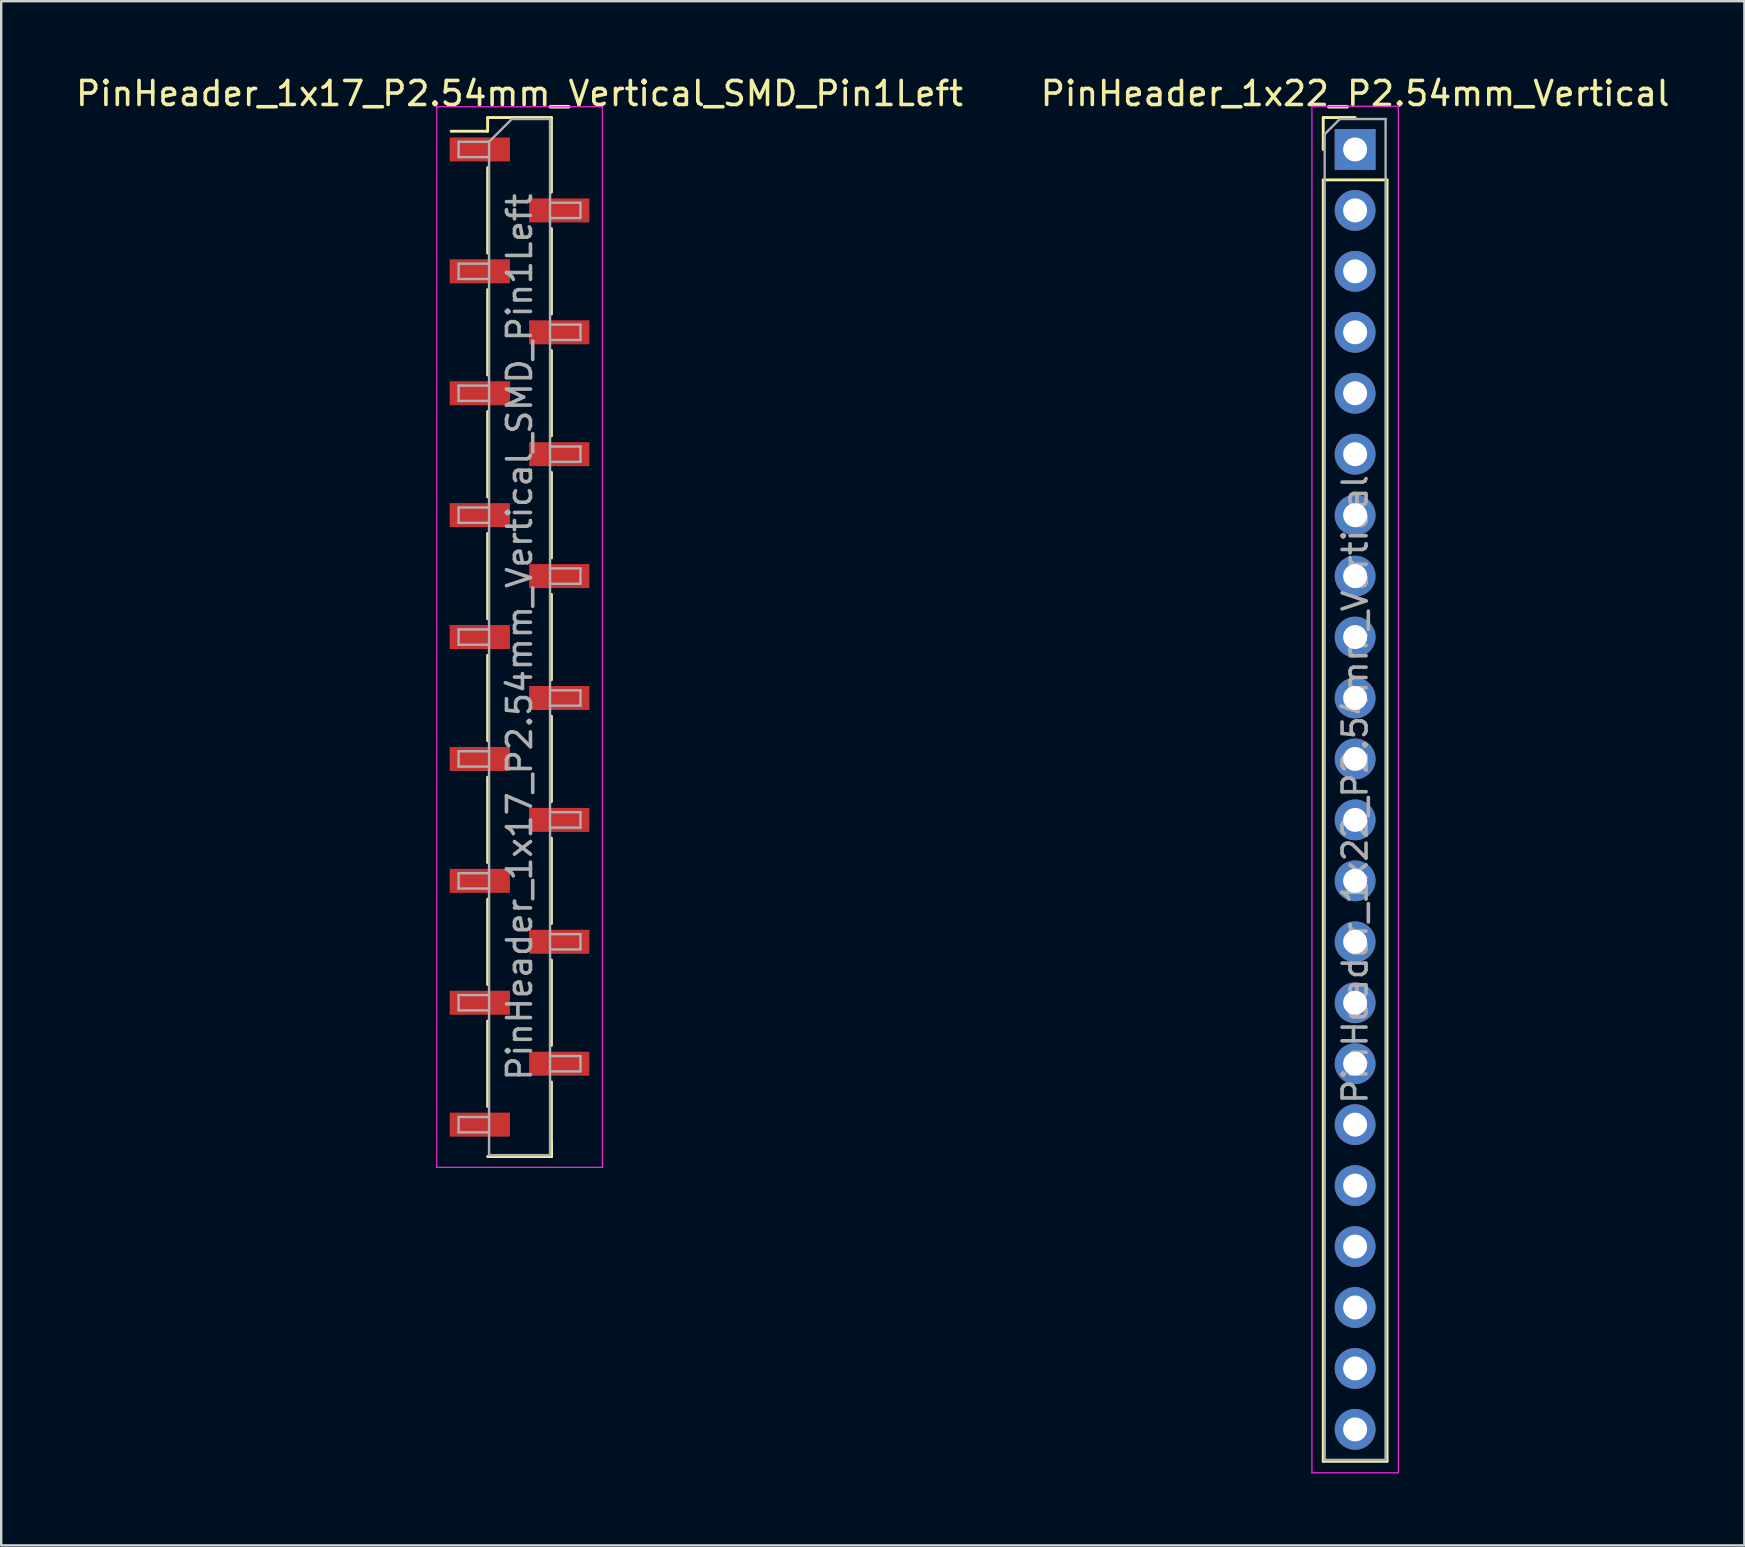
<source format=kicad_pcb>
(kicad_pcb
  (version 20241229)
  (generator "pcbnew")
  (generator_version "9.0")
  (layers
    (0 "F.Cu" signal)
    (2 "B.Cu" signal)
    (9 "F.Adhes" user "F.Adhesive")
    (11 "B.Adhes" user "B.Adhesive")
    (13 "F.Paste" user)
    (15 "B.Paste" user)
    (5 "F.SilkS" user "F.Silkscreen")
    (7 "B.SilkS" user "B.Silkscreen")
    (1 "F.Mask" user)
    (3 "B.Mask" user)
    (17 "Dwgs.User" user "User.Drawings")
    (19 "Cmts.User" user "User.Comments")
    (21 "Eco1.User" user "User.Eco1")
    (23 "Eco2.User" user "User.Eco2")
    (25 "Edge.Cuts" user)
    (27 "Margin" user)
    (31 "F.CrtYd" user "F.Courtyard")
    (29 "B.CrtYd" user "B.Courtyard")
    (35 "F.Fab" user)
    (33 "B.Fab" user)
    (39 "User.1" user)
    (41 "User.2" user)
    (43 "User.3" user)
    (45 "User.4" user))
  (footprint "PinHeader_1x22_P2.54mm_Vertical"
    (layer "F.Cu")
    (at 53.423 3.178)
    (property "Reference" "PinHeader_1x22_P2.54mm_Vertical" (at 0 -2.33 0) (layer "F.SilkS") (effects (font (size 1 1) (thickness 0.15))))
    (attr through_hole)
    (fp_line (start -1.33 -1.33) (end 0 -1.33) (stroke (width 0.12) (type solid)) (layer "F.SilkS"))
    (fp_line (start -1.33 0) (end -1.33 -1.33) (stroke (width 0.12) (type solid)) (layer "F.SilkS"))
    (fp_line (start -1.33 1.27) (end -1.33 54.67) (stroke (width 0.12) (type solid)) (layer "F.SilkS"))
    (fp_line (start -1.33 1.27) (end 1.33 1.27) (stroke (width 0.12) (type solid)) (layer "F.SilkS"))
    (fp_line (start -1.33 54.67) (end 1.33 54.67) (stroke (width 0.12) (type solid)) (layer "F.SilkS"))
    (fp_line (start 1.33 1.27) (end 1.33 54.67) (stroke (width 0.12) (type solid)) (layer "F.SilkS"))
    (fp_line (start -1.8 -1.8) (end -1.8 55.15) (stroke (width 0.05) (type solid)) (layer "F.CrtYd"))
    (fp_line (start -1.8 55.15) (end 1.8 55.15) (stroke (width 0.05) (type solid)) (layer "F.CrtYd"))
    (fp_line (start 1.8 -1.8) (end -1.8 -1.8) (stroke (width 0.05) (type solid)) (layer "F.CrtYd"))
    (fp_line (start 1.8 55.15) (end 1.8 -1.8) (stroke (width 0.05) (type solid)) (layer "F.CrtYd"))
    (fp_line (start -1.27 -0.635) (end -0.635 -1.27) (stroke (width 0.1) (type solid)) (layer "F.Fab"))
    (fp_line (start -1.27 54.61) (end -1.27 -0.635) (stroke (width 0.1) (type solid)) (layer "F.Fab"))
    (fp_line (start -0.635 -1.27) (end 1.27 -1.27) (stroke (width 0.1) (type solid)) (layer "F.Fab"))
    (fp_line (start 1.27 -1.27) (end 1.27 54.61) (stroke (width 0.1) (type solid)) (layer "F.Fab"))
    (fp_line (start 1.27 54.61) (end -1.27 54.61) (stroke (width 0.1) (type solid)) (layer "F.Fab"))
    (fp_text user "${REFERENCE}" (at 0 26.67 90) (layer "F.Fab") (effects (font (size 1 1) (thickness 0.15))))
    (pad "1" thru_hole rect (at 0 0) (size 1.7 1.7) (drill 1) (layers "*.Cu" "*.Mask"))
    (pad "2" thru_hole oval (at 0 2.54) (size 1.7 1.7) (drill 1) (layers "*.Cu" "*.Mask"))
    (pad "3" thru_hole oval (at 0 5.08) (size 1.7 1.7) (drill 1) (layers "*.Cu" "*.Mask"))
    (pad "4" thru_hole oval (at 0 7.62) (size 1.7 1.7) (drill 1) (layers "*.Cu" "*.Mask"))
    (pad "5" thru_hole oval (at 0 10.16) (size 1.7 1.7) (drill 1) (layers "*.Cu" "*.Mask"))
    (pad "6" thru_hole oval (at 0 12.7) (size 1.7 1.7) (drill 1) (layers "*.Cu" "*.Mask"))
    (pad "7" thru_hole oval (at 0 15.24) (size 1.7 1.7) (drill 1) (layers "*.Cu" "*.Mask"))
    (pad "8" thru_hole oval (at 0 17.78) (size 1.7 1.7) (drill 1) (layers "*.Cu" "*.Mask"))
    (pad "9" thru_hole oval (at 0 20.32) (size 1.7 1.7) (drill 1) (layers "*.Cu" "*.Mask"))
    (pad "10" thru_hole oval (at 0 22.86) (size 1.7 1.7) (drill 1) (layers "*.Cu" "*.Mask"))
    (pad "11" thru_hole oval (at 0 25.4) (size 1.7 1.7) (drill 1) (layers "*.Cu" "*.Mask"))
    (pad "12" thru_hole oval (at 0 27.94) (size 1.7 1.7) (drill 1) (layers "*.Cu" "*.Mask"))
    (pad "13" thru_hole oval (at 0 30.48) (size 1.7 1.7) (drill 1) (layers "*.Cu" "*.Mask"))
    (pad "14" thru_hole oval (at 0 33.02) (size 1.7 1.7) (drill 1) (layers "*.Cu" "*.Mask"))
    (pad "15" thru_hole oval (at 0 35.56) (size 1.7 1.7) (drill 1) (layers "*.Cu" "*.Mask"))
    (pad "16" thru_hole oval (at 0 38.1) (size 1.7 1.7) (drill 1) (layers "*.Cu" "*.Mask"))
    (pad "17" thru_hole oval (at 0 40.64) (size 1.7 1.7) (drill 1) (layers "*.Cu" "*.Mask"))
    (pad "18" thru_hole oval (at 0 43.18) (size 1.7 1.7) (drill 1) (layers "*.Cu" "*.Mask"))
    (pad "19" thru_hole oval (at 0 45.72) (size 1.7 1.7) (drill 1) (layers "*.Cu" "*.Mask"))
    (pad "20" thru_hole oval (at 0 48.26) (size 1.7 1.7) (drill 1) (layers "*.Cu" "*.Mask"))
    (pad "21" thru_hole oval (at 0 50.8) (size 1.7 1.7) (drill 1) (layers "*.Cu" "*.Mask"))
    (pad "22" thru_hole oval (at 0 53.34) (size 1.7 1.7) (drill 1) (layers "*.Cu" "*.Mask")))
  (footprint "PinHeader_1x17_P2.54mm_Vertical_SMD_Pin1Left"
    (layer "F.Cu")
    (at 18.601 23.498)
    (property "Reference" "PinHeader_1x17_P2.54mm_Vertical_SMD_Pin1Left" (at 0 -22.65 0) (layer "F.SilkS") (effects (font (size 1 1) (thickness 0.15))))
    (attr smd)
    (fp_line (start -1.33 -21.65) (end -1.33 -21.08) (stroke (width 0.12) (type solid)) (layer "F.SilkS"))
    (fp_line (start -1.33 -21.65) (end 1.33 -21.65) (stroke (width 0.12) (type solid)) (layer "F.SilkS"))
    (fp_line (start -1.33 -21.08) (end -2.85 -21.08) (stroke (width 0.12) (type solid)) (layer "F.SilkS"))
    (fp_line (start -1.33 -19.56) (end -1.33 -16) (stroke (width 0.12) (type solid)) (layer "F.SilkS"))
    (fp_line (start -1.33 -14.48) (end -1.33 -10.92) (stroke (width 0.12) (type solid)) (layer "F.SilkS"))
    (fp_line (start -1.33 -9.4) (end -1.33 -5.84) (stroke (width 0.12) (type solid)) (layer "F.SilkS"))
    (fp_line (start -1.33 -4.32) (end -1.33 -0.76) (stroke (width 0.12) (type solid)) (layer "F.SilkS"))
    (fp_line (start -1.33 0.76) (end -1.33 4.32) (stroke (width 0.12) (type solid)) (layer "F.SilkS"))
    (fp_line (start -1.33 5.84) (end -1.33 9.4) (stroke (width 0.12) (type solid)) (layer "F.SilkS"))
    (fp_line (start -1.33 10.92) (end -1.33 14.48) (stroke (width 0.12) (type solid)) (layer "F.SilkS"))
    (fp_line (start -1.33 16) (end -1.33 19.56) (stroke (width 0.12) (type solid)) (layer "F.SilkS"))
    (fp_line (start -1.33 21.65) (end 1.33 21.65) (stroke (width 0.12) (type solid)) (layer "F.SilkS"))
    (fp_line (start 1.33 -21.65) (end 1.33 -18.54) (stroke (width 0.12) (type solid)) (layer "F.SilkS"))
    (fp_line (start 1.33 -17.02) (end 1.33 -13.46) (stroke (width 0.12) (type solid)) (layer "F.SilkS"))
    (fp_line (start 1.33 -11.94) (end 1.33 -8.38) (stroke (width 0.12) (type solid)) (layer "F.SilkS"))
    (fp_line (start 1.33 -6.86) (end 1.33 -3.3) (stroke (width 0.12) (type solid)) (layer "F.SilkS"))
    (fp_line (start 1.33 -1.78) (end 1.33 1.78) (stroke (width 0.12) (type solid)) (layer "F.SilkS"))
    (fp_line (start 1.33 3.3) (end 1.33 6.86) (stroke (width 0.12) (type solid)) (layer "F.SilkS"))
    (fp_line (start 1.33 8.38) (end 1.33 11.94) (stroke (width 0.12) (type solid)) (layer "F.SilkS"))
    (fp_line (start 1.33 13.46) (end 1.33 17.02) (stroke (width 0.12) (type solid)) (layer "F.SilkS"))
    (fp_line (start 1.33 18.54) (end 1.33 21.65) (stroke (width 0.12) (type solid)) (layer "F.SilkS"))
    (fp_line (start 1.33 21.08) (end 1.33 21.65) (stroke (width 0.12) (type solid)) (layer "F.SilkS"))
    (fp_line (start -3.45 -22.1) (end -3.45 22.1) (stroke (width 0.05) (type solid)) (layer "F.CrtYd"))
    (fp_line (start -3.45 22.1) (end 3.45 22.1) (stroke (width 0.05) (type solid)) (layer "F.CrtYd"))
    (fp_line (start 3.45 -22.1) (end -3.45 -22.1) (stroke (width 0.05) (type solid)) (layer "F.CrtYd"))
    (fp_line (start 3.45 22.1) (end 3.45 -22.1) (stroke (width 0.05) (type solid)) (layer "F.CrtYd"))
    (fp_line (start -2.54 -20.64) (end -2.54 -20) (stroke (width 0.1) (type solid)) (layer "F.Fab"))
    (fp_line (start -2.54 -20) (end -1.27 -20) (stroke (width 0.1) (type solid)) (layer "F.Fab"))
    (fp_line (start -2.54 -15.56) (end -2.54 -14.92) (stroke (width 0.1) (type solid)) (layer "F.Fab"))
    (fp_line (start -2.54 -14.92) (end -1.27 -14.92) (stroke (width 0.1) (type solid)) (layer "F.Fab"))
    (fp_line (start -2.54 -10.48) (end -2.54 -9.84) (stroke (width 0.1) (type solid)) (layer "F.Fab"))
    (fp_line (start -2.54 -9.84) (end -1.27 -9.84) (stroke (width 0.1) (type solid)) (layer "F.Fab"))
    (fp_line (start -2.54 -5.4) (end -2.54 -4.76) (stroke (width 0.1) (type solid)) (layer "F.Fab"))
    (fp_line (start -2.54 -4.76) (end -1.27 -4.76) (stroke (width 0.1) (type solid)) (layer "F.Fab"))
    (fp_line (start -2.54 -0.32) (end -2.54 0.32) (stroke (width 0.1) (type solid)) (layer "F.Fab"))
    (fp_line (start -2.54 0.32) (end -1.27 0.32) (stroke (width 0.1) (type solid)) (layer "F.Fab"))
    (fp_line (start -2.54 4.76) (end -2.54 5.4) (stroke (width 0.1) (type solid)) (layer "F.Fab"))
    (fp_line (start -2.54 5.4) (end -1.27 5.4) (stroke (width 0.1) (type solid)) (layer "F.Fab"))
    (fp_line (start -2.54 9.84) (end -2.54 10.48) (stroke (width 0.1) (type solid)) (layer "F.Fab"))
    (fp_line (start -2.54 10.48) (end -1.27 10.48) (stroke (width 0.1) (type solid)) (layer "F.Fab"))
    (fp_line (start -2.54 14.92) (end -2.54 15.56) (stroke (width 0.1) (type solid)) (layer "F.Fab"))
    (fp_line (start -2.54 15.56) (end -1.27 15.56) (stroke (width 0.1) (type solid)) (layer "F.Fab"))
    (fp_line (start -2.54 20) (end -2.54 20.64) (stroke (width 0.1) (type solid)) (layer "F.Fab"))
    (fp_line (start -2.54 20.64) (end -1.27 20.64) (stroke (width 0.1) (type solid)) (layer "F.Fab"))
    (fp_line (start -1.27 -20.64) (end -2.54 -20.64) (stroke (width 0.1) (type solid)) (layer "F.Fab"))
    (fp_line (start -1.27 -20.64) (end -0.32 -21.59) (stroke (width 0.1) (type solid)) (layer "F.Fab"))
    (fp_line (start -1.27 -15.56) (end -2.54 -15.56) (stroke (width 0.1) (type solid)) (layer "F.Fab"))
    (fp_line (start -1.27 -10.48) (end -2.54 -10.48) (stroke (width 0.1) (type solid)) (layer "F.Fab"))
    (fp_line (start -1.27 -5.4) (end -2.54 -5.4) (stroke (width 0.1) (type solid)) (layer "F.Fab"))
    (fp_line (start -1.27 -0.32) (end -2.54 -0.32) (stroke (width 0.1) (type solid)) (layer "F.Fab"))
    (fp_line (start -1.27 4.76) (end -2.54 4.76) (stroke (width 0.1) (type solid)) (layer "F.Fab"))
    (fp_line (start -1.27 9.84) (end -2.54 9.84) (stroke (width 0.1) (type solid)) (layer "F.Fab"))
    (fp_line (start -1.27 14.92) (end -2.54 14.92) (stroke (width 0.1) (type solid)) (layer "F.Fab"))
    (fp_line (start -1.27 20) (end -2.54 20) (stroke (width 0.1) (type solid)) (layer "F.Fab"))
    (fp_line (start -1.27 21.59) (end -1.27 -20.64) (stroke (width 0.1) (type solid)) (layer "F.Fab"))
    (fp_line (start -0.32 -21.59) (end 1.27 -21.59) (stroke (width 0.1) (type solid)) (layer "F.Fab"))
    (fp_line (start 1.27 -21.59) (end 1.27 21.59) (stroke (width 0.1) (type solid)) (layer "F.Fab"))
    (fp_line (start 1.27 -18.1) (end 2.54 -18.1) (stroke (width 0.1) (type solid)) (layer "F.Fab"))
    (fp_line (start 1.27 -13.02) (end 2.54 -13.02) (stroke (width 0.1) (type solid)) (layer "F.Fab"))
    (fp_line (start 1.27 -7.94) (end 2.54 -7.94) (stroke (width 0.1) (type solid)) (layer "F.Fab"))
    (fp_line (start 1.27 -2.86) (end 2.54 -2.86) (stroke (width 0.1) (type solid)) (layer "F.Fab"))
    (fp_line (start 1.27 2.22) (end 2.54 2.22) (stroke (width 0.1) (type solid)) (layer "F.Fab"))
    (fp_line (start 1.27 7.3) (end 2.54 7.3) (stroke (width 0.1) (type solid)) (layer "F.Fab"))
    (fp_line (start 1.27 12.38) (end 2.54 12.38) (stroke (width 0.1) (type solid)) (layer "F.Fab"))
    (fp_line (start 1.27 17.46) (end 2.54 17.46) (stroke (width 0.1) (type solid)) (layer "F.Fab"))
    (fp_line (start 1.27 21.59) (end -1.27 21.59) (stroke (width 0.1) (type solid)) (layer "F.Fab"))
    (fp_line (start 2.54 -18.1) (end 2.54 -17.46) (stroke (width 0.1) (type solid)) (layer "F.Fab"))
    (fp_line (start 2.54 -17.46) (end 1.27 -17.46) (stroke (width 0.1) (type solid)) (layer "F.Fab"))
    (fp_line (start 2.54 -13.02) (end 2.54 -12.38) (stroke (width 0.1) (type solid)) (layer "F.Fab"))
    (fp_line (start 2.54 -12.38) (end 1.27 -12.38) (stroke (width 0.1) (type solid)) (layer "F.Fab"))
    (fp_line (start 2.54 -7.94) (end 2.54 -7.3) (stroke (width 0.1) (type solid)) (layer "F.Fab"))
    (fp_line (start 2.54 -7.3) (end 1.27 -7.3) (stroke (width 0.1) (type solid)) (layer "F.Fab"))
    (fp_line (start 2.54 -2.86) (end 2.54 -2.22) (stroke (width 0.1) (type solid)) (layer "F.Fab"))
    (fp_line (start 2.54 -2.22) (end 1.27 -2.22) (stroke (width 0.1) (type solid)) (layer "F.Fab"))
    (fp_line (start 2.54 2.22) (end 2.54 2.86) (stroke (width 0.1) (type solid)) (layer "F.Fab"))
    (fp_line (start 2.54 2.86) (end 1.27 2.86) (stroke (width 0.1) (type solid)) (layer "F.Fab"))
    (fp_line (start 2.54 7.3) (end 2.54 7.94) (stroke (width 0.1) (type solid)) (layer "F.Fab"))
    (fp_line (start 2.54 7.94) (end 1.27 7.94) (stroke (width 0.1) (type solid)) (layer "F.Fab"))
    (fp_line (start 2.54 12.38) (end 2.54 13.02) (stroke (width 0.1) (type solid)) (layer "F.Fab"))
    (fp_line (start 2.54 13.02) (end 1.27 13.02) (stroke (width 0.1) (type solid)) (layer "F.Fab"))
    (fp_line (start 2.54 17.46) (end 2.54 18.1) (stroke (width 0.1) (type solid)) (layer "F.Fab"))
    (fp_line (start 2.54 18.1) (end 1.27 18.1) (stroke (width 0.1) (type solid)) (layer "F.Fab"))
    (fp_text user "${REFERENCE}" (at 0 0 90) (layer "F.Fab") (effects (font (size 1 1) (thickness 0.15))))
    (pad "1" smd rect (at -1.655 -20.32) (size 2.51 1) (layers "F.Cu" "F.Mask" "F.Paste"))
    (pad "2" smd rect (at 1.655 -17.78) (size 2.51 1) (layers "F.Cu" "F.Mask" "F.Paste"))
    (pad "3" smd rect (at -1.655 -15.24) (size 2.51 1) (layers "F.Cu" "F.Mask" "F.Paste"))
    (pad "4" smd rect (at 1.655 -12.7) (size 2.51 1) (layers "F.Cu" "F.Mask" "F.Paste"))
    (pad "5" smd rect (at -1.655 -10.16) (size 2.51 1) (layers "F.Cu" "F.Mask" "F.Paste"))
    (pad "6" smd rect (at 1.655 -7.62) (size 2.51 1) (layers "F.Cu" "F.Mask" "F.Paste"))
    (pad "7" smd rect (at -1.655 -5.08) (size 2.51 1) (layers "F.Cu" "F.Mask" "F.Paste"))
    (pad "8" smd rect (at 1.655 -2.54) (size 2.51 1) (layers "F.Cu" "F.Mask" "F.Paste"))
    (pad "9" smd rect (at -1.655 0) (size 2.51 1) (layers "F.Cu" "F.Mask" "F.Paste"))
    (pad "10" smd rect (at 1.655 2.54) (size 2.51 1) (layers "F.Cu" "F.Mask" "F.Paste"))
    (pad "11" smd rect (at -1.655 5.08) (size 2.51 1) (layers "F.Cu" "F.Mask" "F.Paste"))
    (pad "12" smd rect (at 1.655 7.62) (size 2.51 1) (layers "F.Cu" "F.Mask" "F.Paste"))
    (pad "13" smd rect (at -1.655 10.16) (size 2.51 1) (layers "F.Cu" "F.Mask" "F.Paste"))
    (pad "14" smd rect (at 1.655 12.7) (size 2.51 1) (layers "F.Cu" "F.Mask" "F.Paste"))
    (pad "15" smd rect (at -1.655 15.24) (size 2.51 1) (layers "F.Cu" "F.Mask" "F.Paste"))
    (pad "16" smd rect (at 1.655 17.78) (size 2.51 1) (layers "F.Cu" "F.Mask" "F.Paste"))
    (pad "17" smd rect (at -1.655 20.32) (size 2.51 1) (layers "F.Cu" "F.Mask" "F.Paste")))
  (gr_rect
    (start -3 -3)
    (end 69.643 61.353)
    (stroke (width 0.1) (type default))
    (fill no)
    (layer "Edge.Cuts")))
</source>
